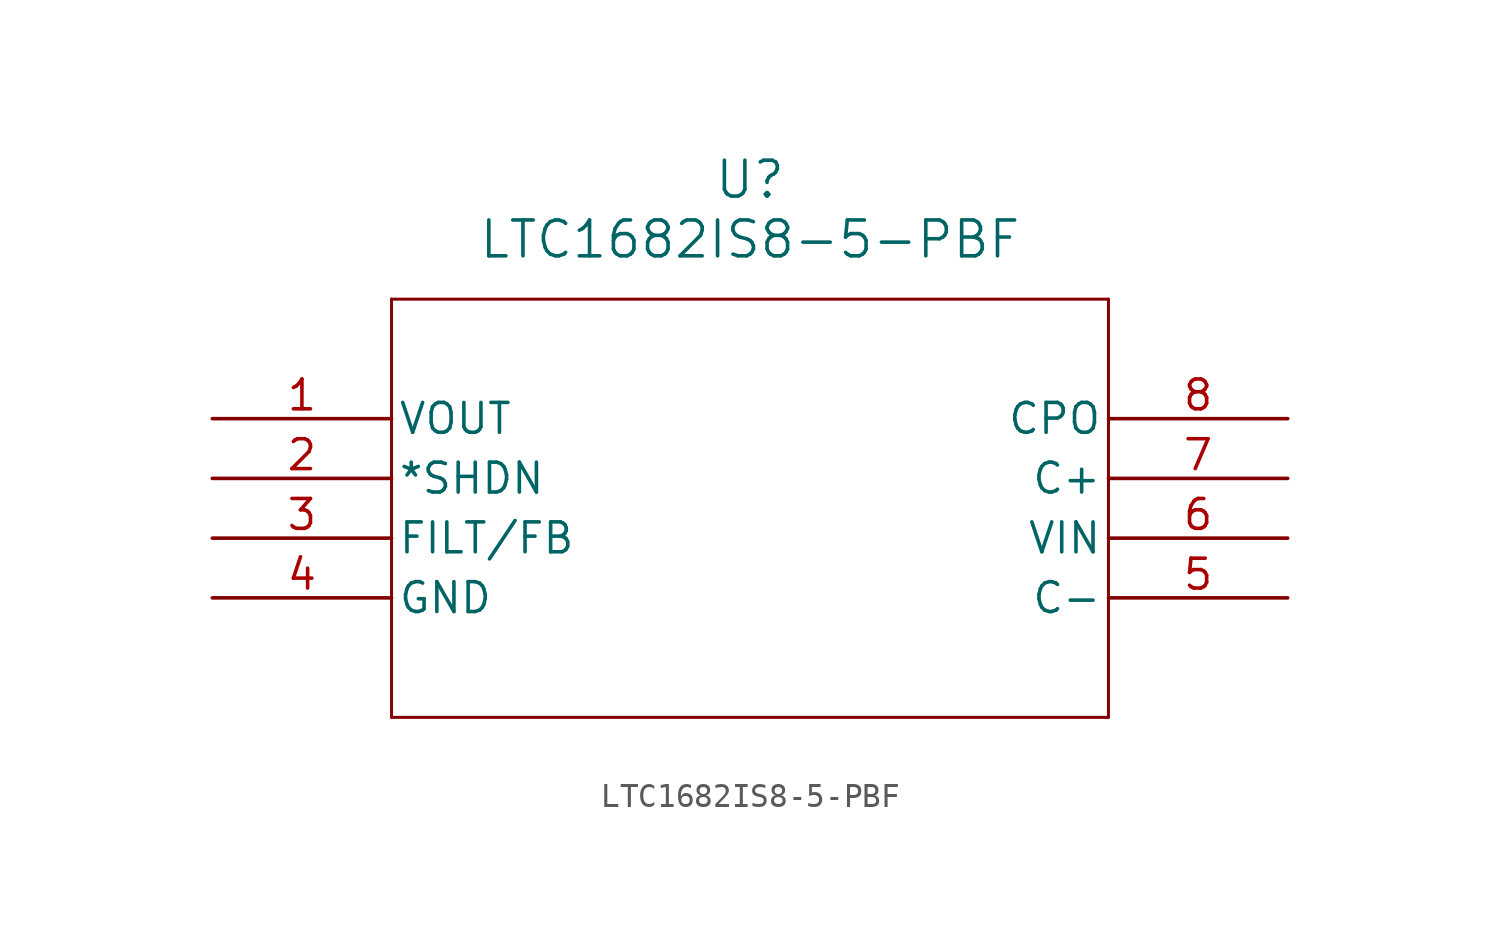
<source format=kicad_sym>
(kicad_symbol_lib
  (version 20211014)
  (generator kicad_symbol_editor)
  (symbol "LTC1682IS8-5-PBF"
    (pin_names
      (offset 0.254))
    (property "Reference" "U"
      (at 22.86 10.16 0)
      (effects (font (size 1.524 1.524))))
    (property "Value" "LTC1682IS8-5-PBF"
      (at 22.86 7.62 0)
      (effects (font (size 1.524 1.524))))
    (symbol "LTC1682IS8-5-PBF_0_1"
      (polyline (pts (xy 7.62 5.08) (xy 7.62 -12.7)) (stroke (width 0.127) (type default) (color 0 0 0 0)) (fill (type none)))
      (polyline (pts (xy 7.62 -12.7) (xy 38.1 -12.7)) (stroke (width 0.127) (type default) (color 0 0 0 0)) (fill (type none)))
      (polyline (pts (xy 38.1 -12.7) (xy 38.1 5.08)) (stroke (width 0.127) (type default) (color 0 0 0 0)) (fill (type none)))
      (polyline (pts (xy 38.1 5.08) (xy 7.62 5.08)) (stroke (width 0.127) (type default) (color 0 0 0 0)) (fill (type none)))
      (pin output line (at 0 0 0) (length 7.62) (name "VOUT" (effects (font (size 1.27 1.27)))) (number "1" (effects (font (size 1.27 1.27)))))
      (pin input line (at 0 -2.54 0) (length 7.62) (name "*SHDN" (effects (font (size 1.27 1.27)))) (number "2" (effects (font (size 1.27 1.27)))))
      (pin bidirectional line (at 0 -5.08 0) (length 7.62) (name "FILT/FB" (effects (font (size 1.27 1.27)))) (number "3" (effects (font (size 1.27 1.27)))))
      (pin power_in line (at 0 -7.62 0) (length 7.62) (name "GND" (effects (font (size 1.27 1.27)))) (number "4" (effects (font (size 1.27 1.27)))))
      (pin input line (at 45.72 -7.62 180) (length 7.62) (name "C-" (effects (font (size 1.27 1.27)))) (number "5" (effects (font (size 1.27 1.27)))))
      (pin input line (at 45.72 -5.08 180) (length 7.62) (name "VIN" (effects (font (size 1.27 1.27)))) (number "6" (effects (font (size 1.27 1.27)))))
      (pin input line (at 45.72 -2.54 180) (length 7.62) (name "C+" (effects (font (size 1.27 1.27)))) (number "7" (effects (font (size 1.27 1.27)))))
      (pin output line (at 45.72 0 180) (length 7.62) (name "CPO" (effects (font (size 1.27 1.27)))) (number "8" (effects (font (size 1.27 1.27))))))))
</source>
